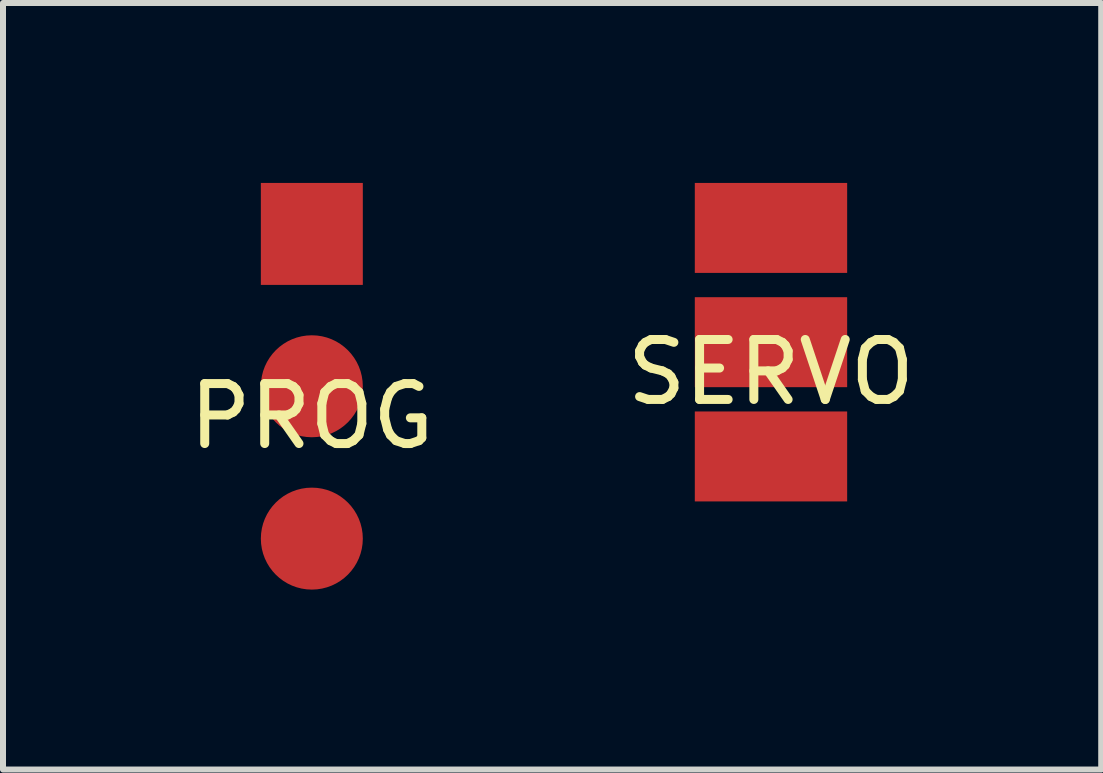
<source format=kicad_pcb>
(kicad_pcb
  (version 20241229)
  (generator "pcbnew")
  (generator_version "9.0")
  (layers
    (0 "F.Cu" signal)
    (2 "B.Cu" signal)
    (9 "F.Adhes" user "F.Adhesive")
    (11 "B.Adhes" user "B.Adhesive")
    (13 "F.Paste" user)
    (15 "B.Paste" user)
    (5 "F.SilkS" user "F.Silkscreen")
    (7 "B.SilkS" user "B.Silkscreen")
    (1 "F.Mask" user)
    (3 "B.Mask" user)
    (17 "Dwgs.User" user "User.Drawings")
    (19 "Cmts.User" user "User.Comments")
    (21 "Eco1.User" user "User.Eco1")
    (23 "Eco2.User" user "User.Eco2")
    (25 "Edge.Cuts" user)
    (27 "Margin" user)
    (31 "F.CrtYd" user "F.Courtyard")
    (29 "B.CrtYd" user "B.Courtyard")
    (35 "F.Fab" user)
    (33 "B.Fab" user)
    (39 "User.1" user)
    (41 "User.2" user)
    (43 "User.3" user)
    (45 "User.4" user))
  (footprint "PROG"
    (layer "F.Cu")
    (at 2.149 3.39)
    (property "Reference" "PROG" (at 0 0.5 0) (layer "F.SilkS") (effects (font (size 1 1) (thickness 0.15))))
    (attr through_hole)
    (pad "1" smd rect (at 0 -2.54) (size 1.7 1.7) (layers "F.Cu" "F.Mask" "F.Paste"))
    (pad "2" smd circle (at 0 0) (size 1.7 1.7) (layers "F.Cu" "F.Mask" "F.Paste"))
    (pad "3" smd circle (at 0 2.54) (size 1.7 1.7) (layers "F.Cu" "F.Mask" "F.Paste")))
  (footprint "SERVO"
    (layer "F.Cu")
    (at 9.804 2.655)
    (property "Reference" "SERVO" (at 0 0.5 0) (layer "F.SilkS") (effects (font (size 1 1) (thickness 0.15))))
    (attr through_hole)
    (pad "1" smd rect (at 0 -1.905) (size 2.54 1.5) (layers "F.Cu" "F.Mask" "F.Paste"))
    (pad "2" smd rect (at 0 0) (size 2.54 1.5) (layers "F.Cu" "F.Mask" "F.Paste"))
    (pad "3" smd rect (at 0 1.905) (size 2.54 1.5) (layers "F.Cu" "F.Mask" "F.Paste")))
  (gr_rect
    (start -3 -3)
    (end 15.31 9.78)
    (stroke (width 0.1) (type default))
    (fill no)
    (layer "Edge.Cuts")))
</source>
